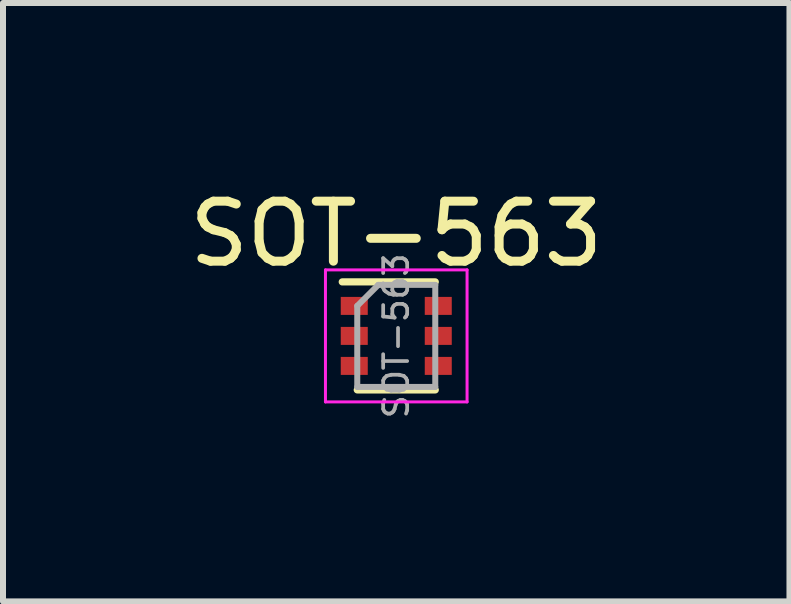
<source format=kicad_pcb>
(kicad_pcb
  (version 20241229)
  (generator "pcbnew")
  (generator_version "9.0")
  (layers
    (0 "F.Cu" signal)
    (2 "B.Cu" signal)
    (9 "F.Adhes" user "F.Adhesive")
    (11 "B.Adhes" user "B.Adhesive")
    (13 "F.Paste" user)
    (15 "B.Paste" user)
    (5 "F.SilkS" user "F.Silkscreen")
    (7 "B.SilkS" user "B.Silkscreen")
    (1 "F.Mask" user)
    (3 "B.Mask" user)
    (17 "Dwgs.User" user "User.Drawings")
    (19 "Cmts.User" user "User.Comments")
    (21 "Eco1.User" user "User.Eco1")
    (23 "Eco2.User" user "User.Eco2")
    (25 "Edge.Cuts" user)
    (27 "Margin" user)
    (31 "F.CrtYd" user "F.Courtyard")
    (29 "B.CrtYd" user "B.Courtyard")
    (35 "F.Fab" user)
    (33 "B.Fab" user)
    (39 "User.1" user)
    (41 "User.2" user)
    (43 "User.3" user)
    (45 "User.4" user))
  (footprint "SOT-563"
    (layer "F.Cu")
    (at 3.554 2.548)
    (property "Reference" "SOT-563" (at 0 -1.7 0) (layer "F.SilkS") (effects (font (size 1 1) (thickness 0.15))))
    (attr smd)
    (fp_line (start -0.9 -0.9) (end 0.65 -0.9) (stroke (width 0.12) (type solid)) (layer "F.SilkS"))
    (fp_line (start 0.65 0.9) (end -0.65 0.9) (stroke (width 0.12) (type solid)) (layer "F.SilkS"))
    (fp_line (start -1.18 -1.1) (end -1.18 1.1) (stroke (width 0.05) (type solid)) (layer "F.CrtYd"))
    (fp_line (start -1.18 -1.1) (end 1.18 -1.1) (stroke (width 0.05) (type solid)) (layer "F.CrtYd"))
    (fp_line (start 1.18 1.1) (end -1.18 1.1) (stroke (width 0.05) (type solid)) (layer "F.CrtYd"))
    (fp_line (start 1.18 1.1) (end 1.18 -1.1) (stroke (width 0.05) (type solid)) (layer "F.CrtYd"))
    (fp_line (start -0.65 -0.5) (end -0.65 0.85) (stroke (width 0.1) (type solid)) (layer "F.Fab"))
    (fp_line (start -0.65 -0.5) (end -0.3 -0.85) (stroke (width 0.1) (type solid)) (layer "F.Fab"))
    (fp_line (start -0.65 0.85) (end 0.65 0.85) (stroke (width 0.1) (type solid)) (layer "F.Fab"))
    (fp_line (start 0.65 -0.85) (end -0.3 -0.85) (stroke (width 0.1) (type solid)) (layer "F.Fab"))
    (fp_line (start 0.65 0.85) (end 0.65 -0.85) (stroke (width 0.1) (type solid)) (layer "F.Fab"))
    (fp_text user "${REFERENCE}" (at 0 0 90) (layer "F.Fab") (effects (font (size 0.4 0.4) (thickness 0.062))))
    (pad "1" smd rect (at -0.7 -0.5) (size 0.45 0.3) (layers "F.Cu" "F.Mask" "F.Paste"))
    (pad "2" smd rect (at -0.7 0) (size 0.45 0.3) (layers "F.Cu" "F.Mask" "F.Paste"))
    (pad "3" smd rect (at -0.7 0.5) (size 0.45 0.3) (layers "F.Cu" "F.Mask" "F.Paste"))
    (pad "4" smd rect (at 0.7 0.5) (size 0.45 0.3) (layers "F.Cu" "F.Mask" "F.Paste"))
    (pad "5" smd rect (at 0.7 0) (size 0.45 0.3) (layers "F.Cu" "F.Mask" "F.Paste"))
    (pad "6" smd rect (at 0.7 -0.5) (size 0.45 0.3) (layers "F.Cu" "F.Mask" "F.Paste")))
  (gr_rect
    (start -3 -3)
    (end 10.107 6.973)
    (stroke (width 0.1) (type default))
    (fill no)
    (layer "Edge.Cuts")))
</source>
